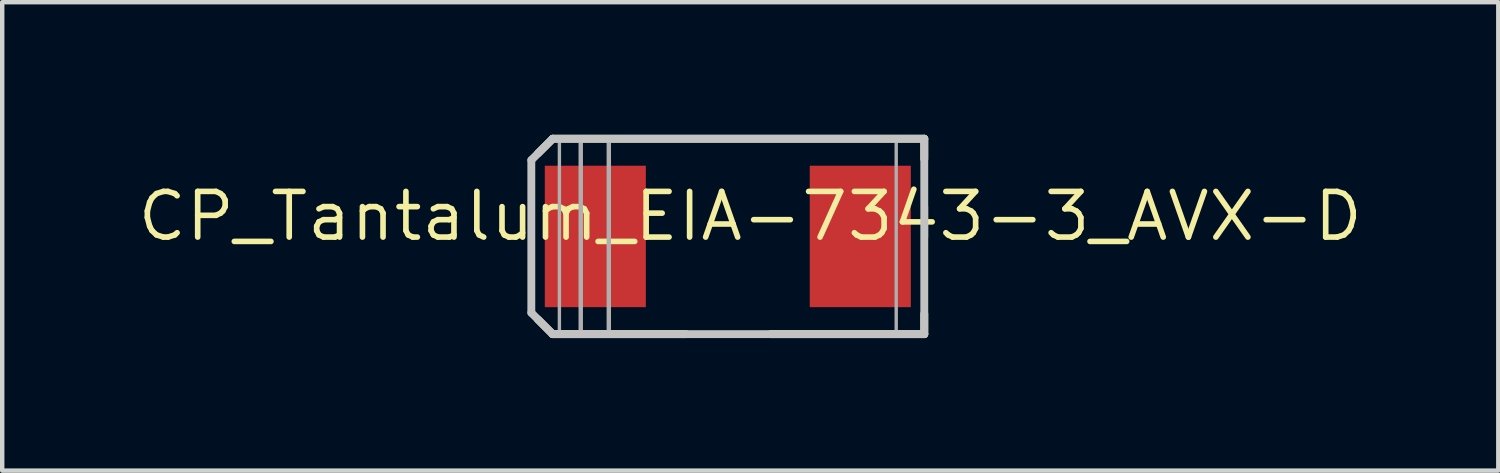
<source format=kicad_pcb>
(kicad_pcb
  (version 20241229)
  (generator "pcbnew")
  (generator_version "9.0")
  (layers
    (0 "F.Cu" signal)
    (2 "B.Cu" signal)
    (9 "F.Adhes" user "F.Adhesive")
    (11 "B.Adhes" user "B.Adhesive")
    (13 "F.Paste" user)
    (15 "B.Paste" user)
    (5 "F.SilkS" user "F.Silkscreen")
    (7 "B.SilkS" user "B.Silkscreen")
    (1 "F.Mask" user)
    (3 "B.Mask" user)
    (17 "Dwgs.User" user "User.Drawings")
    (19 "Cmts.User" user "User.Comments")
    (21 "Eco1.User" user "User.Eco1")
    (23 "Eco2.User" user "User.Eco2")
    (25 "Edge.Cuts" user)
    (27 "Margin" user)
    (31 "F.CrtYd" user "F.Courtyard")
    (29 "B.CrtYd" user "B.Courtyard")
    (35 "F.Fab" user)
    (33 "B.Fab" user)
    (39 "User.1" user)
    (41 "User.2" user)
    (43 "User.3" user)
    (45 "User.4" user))
  (footprint "CP_Tantalum_EIA-7343-3_AVX-D"
    (layer "F.Cu")
    (at 13.415 2.299)
    (property "Reference" "CP_Tantalum_EIA-7343-3_AVX-D" (at 0.508 -0.457 0) (unlocked yes) (layer "F.SilkS") (effects (font (size 1.033 1.087) (thickness 0.127))))
    (attr smd)
    (fp_line (start -4.293 -1.88) (end -3.962 -2.21) (stroke (width 0.178) (type solid)) (layer "F.SilkS"))
    (fp_line (start -4.293 1.88) (end -3.962 2.21) (stroke (width 0.178) (type solid)) (layer "F.SilkS"))
    (fp_line (start -3.962 -2.21) (end 4.445 -2.21) (stroke (width 0.178) (type solid)) (layer "F.SilkS"))
    (fp_line (start -3.962 2.21) (end -0.94 2.21) (stroke (width 0.178) (type solid)) (layer "F.SilkS"))
    (fp_line (start 0.965 2.21) (end 4.445 2.21) (stroke (width 0.178) (type solid)) (layer "F.SilkS"))
    (fp_line (start 4.445 -1.753) (end 4.445 -2.21) (stroke (width 0.178) (type solid)) (layer "F.SilkS"))
    (fp_line (start 4.445 2.21) (end 4.445 1.753) (stroke (width 0.178) (type solid)) (layer "F.SilkS"))
    (fp_line (start -4.445 -1.727) (end -3.962 -2.21) (stroke (width 0.178) (type solid)) (layer "Dwgs.User"))
    (fp_line (start -4.445 1.727) (end -4.445 -1.727) (stroke (width 0.178) (type solid)) (layer "Dwgs.User"))
    (fp_line (start -4.445 1.727) (end -3.962 2.21) (stroke (width 0.178) (type solid)) (layer "Dwgs.User"))
    (fp_line (start -3.962 -2.21) (end 4.445 -2.21) (stroke (width 0.178) (type solid)) (layer "Dwgs.User"))
    (fp_line (start -3.962 2.21) (end 4.445 2.21) (stroke (width 0.178) (type solid)) (layer "Dwgs.User"))
    (fp_line (start 4.445 2.21) (end 4.445 -2.21) (stroke (width 0.178) (type solid)) (layer "Dwgs.User"))
    (fp_line (start -3.81 -2.21) (end 3.81 -2.21) (stroke (width 0.076) (type solid)) (layer "F.Fab"))
    (fp_line (start -3.81 2.21) (end -3.81 -2.21) (stroke (width 0.076) (type solid)) (layer "F.Fab"))
    (fp_line (start -3.81 2.21) (end 3.81 2.21) (stroke (width 0.076) (type solid)) (layer "F.Fab"))
    (fp_line (start -3.327 -2.21) (end -2.692 -2.21) (stroke (width 0.1) (type solid)) (layer "F.Fab"))
    (fp_line (start -3.327 2.21) (end -3.327 -2.21) (stroke (width 0.1) (type solid)) (layer "F.Fab"))
    (fp_line (start -3.327 2.21) (end -2.692 2.21) (stroke (width 0.1) (type solid)) (layer "F.Fab"))
    (fp_line (start -2.692 2.21) (end -2.692 -2.21) (stroke (width 0.1) (type solid)) (layer "F.Fab"))
    (fp_line (start 3.81 2.21) (end 3.81 -2.21) (stroke (width 0.076) (type solid)) (layer "F.Fab"))
    (pad "+" smd rect (at -2.997 0) (size 2.286 3.2) (layers "F.Cu" "F.Mask" "F.Paste"))
    (pad "-" smd rect (at 2.997 0) (size 2.286 3.2) (layers "F.Cu" "F.Mask" "F.Paste")))
  (gr_rect
    (start -3 -3)
    (end 30.846 7.597)
    (stroke (width 0.1) (type default))
    (fill no)
    (layer "Edge.Cuts")))
</source>
